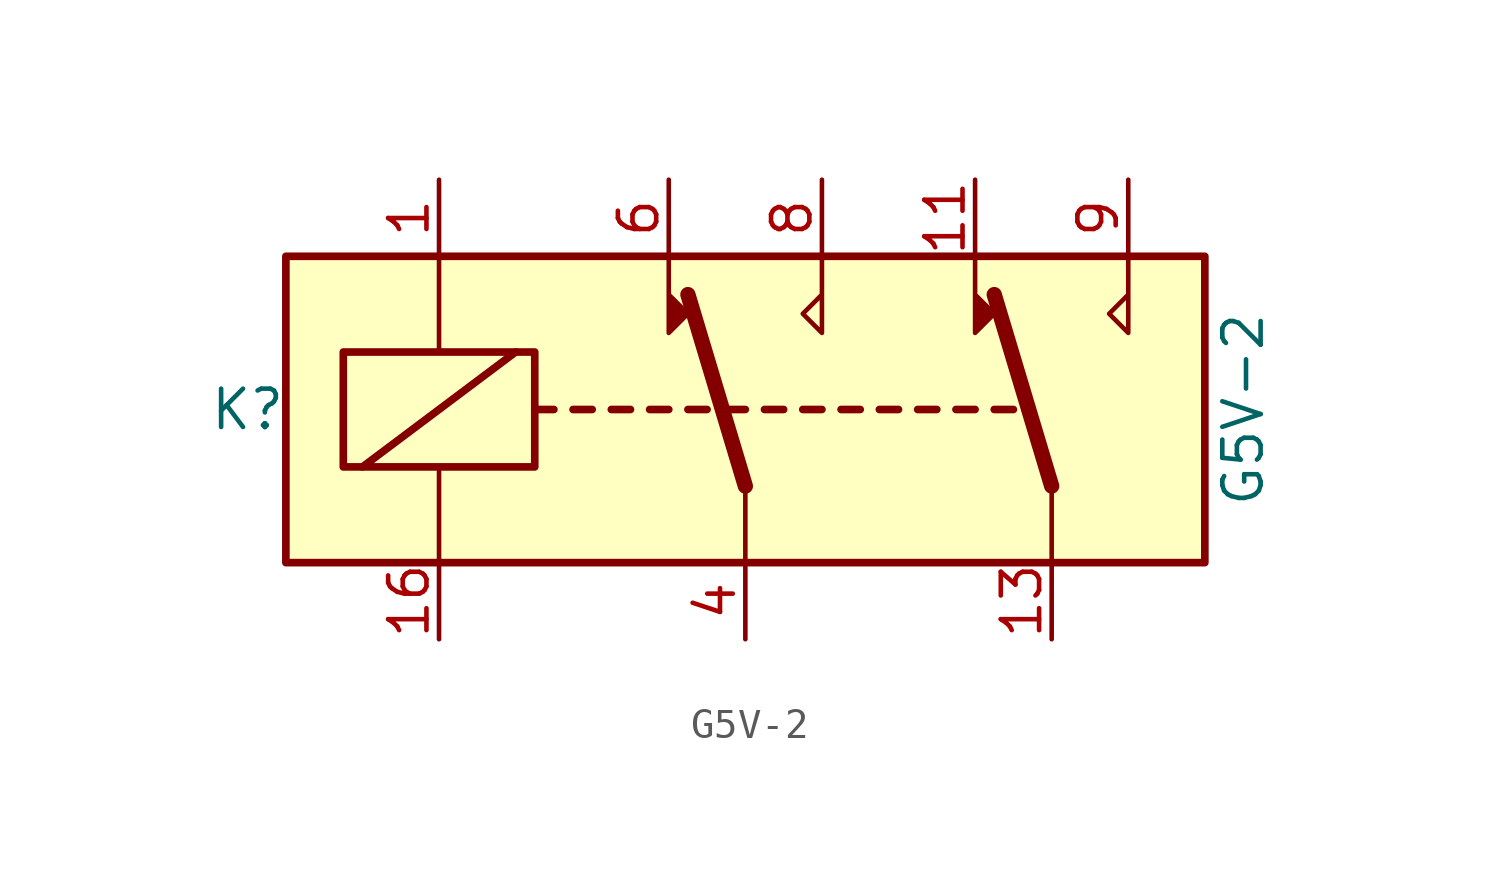
<source format=kicad_sym>
(kicad_symbol_lib
  (version 20220914)
  (generator kicad_symbol_editor)
  (symbol "G5V-2"
    (property "Reference" "K"
      (at -1.27 0 0)
      (effects (font (size 1.27 1.27))))
    (property "Value" "G5V-2"
      (at 31.75 0 90)
      (effects (font (size 1.27 1.27))))
    (symbol "G5V-2_0_1"
      (polyline (pts (xy 2.54 -1.905) (xy 7.62 1.905)) (stroke (width 0.254) (type default)) (fill (type none)))
      (polyline (pts (xy 5.08 -5.08) (xy 5.08 -1.905)) (stroke (width 0) (type default)) (fill (type none)))
      (polyline (pts (xy 5.08 5.08) (xy 5.08 1.905)) (stroke (width 0) (type default)) (fill (type none)))
      (polyline (pts (xy 8.255 0) (xy 8.89 0)) (stroke (width 0.254) (type default)) (fill (type none)))
      (polyline (pts (xy 9.525 0) (xy 10.16 0)) (stroke (width 0.254) (type default)) (fill (type none)))
      (polyline (pts (xy 10.795 0) (xy 11.43 0)) (stroke (width 0.254) (type default)) (fill (type none)))
      (polyline (pts (xy 12.065 0) (xy 12.7 0)) (stroke (width 0.254) (type default)) (fill (type none)))
      (polyline (pts (xy 13.335 0) (xy 13.97 0)) (stroke (width 0.254) (type default)) (fill (type none)))
      (polyline (pts (xy 14.605 0) (xy 15.24 0)) (stroke (width 0.254) (type default)) (fill (type none)))
      (polyline (pts (xy 15.24 -2.54) (xy 13.335 3.81)) (stroke (width 0.508) (type default)) (fill (type none)))
      (polyline (pts (xy 15.24 -2.54) (xy 15.24 -5.08)) (stroke (width 0) (type default)) (fill (type none)))
      (polyline (pts (xy 15.875 0) (xy 16.51 0)) (stroke (width 0.254) (type default)) (fill (type none)))
      (polyline (pts (xy 17.145 0) (xy 17.78 0)) (stroke (width 0.254) (type default)) (fill (type none)))
      (polyline (pts (xy 18.415 0) (xy 19.05 0)) (stroke (width 0.254) (type default)) (fill (type none)))
      (polyline (pts (xy 19.685 0) (xy 20.32 0)) (stroke (width 0.254) (type default)) (fill (type none)))
      (polyline (pts (xy 20.955 0) (xy 21.59 0)) (stroke (width 0.254) (type default)) (fill (type none)))
      (polyline (pts (xy 22.225 0) (xy 22.86 0)) (stroke (width 0.254) (type default)) (fill (type none)))
      (polyline (pts (xy 23.495 0) (xy 24.13 0)) (stroke (width 0.254) (type default)) (fill (type none)))
      (polyline (pts (xy 25.4 -2.54) (xy 23.495 3.81)) (stroke (width 0.508) (type default)) (fill (type none)))
      (polyline (pts (xy 25.4 -2.54) (xy 25.4 -5.08)) (stroke (width 0) (type default)) (fill (type none)))
      (polyline (pts (xy 12.7 5.08) (xy 12.7 2.54) (xy 13.335 3.175) (xy 12.7 3.81)) (stroke (width 0) (type default)) (fill (type outline)))
      (polyline (pts (xy 17.78 5.08) (xy 17.78 2.54) (xy 17.145 3.175) (xy 17.78 3.81)) (stroke (width 0) (type default)) (fill (type none)))
      (polyline (pts (xy 22.86 5.08) (xy 22.86 2.54) (xy 23.495 3.175) (xy 22.86 3.81)) (stroke (width 0) (type default)) (fill (type outline)))
      (polyline (pts (xy 27.94 5.08) (xy 27.94 2.54) (xy 27.305 3.175) (xy 27.94 3.81)) (stroke (width 0) (type default)) (fill (type none)))
      (rectangle (start 0 5.08) (end 30.48 -5.08) (stroke (width 0.254) (type default)) (fill (type background)))
      (rectangle (start 1.905 1.905) (end 8.255 -1.905) (stroke (width 0.254) (type default)) (fill (type none))))
    (symbol "G5V-2_1_1"
      (pin passive line (at 5.08 7.62 270) (length 2.54) (name "~" (effects (font (size 1.27 1.27)))) (number "1" (effects (font (size 1.27 1.27)))))
      (pin passive line (at 22.86 7.62 270) (length 2.54) (name "~" (effects (font (size 1.27 1.27)))) (number "11" (effects (font (size 1.27 1.27)))))
      (pin passive line (at 25.4 -7.62 90) (length 2.54) (name "~" (effects (font (size 1.27 1.27)))) (number "13" (effects (font (size 1.27 1.27)))))
      (pin passive line (at 5.08 -7.62 90) (length 2.54) (name "~" (effects (font (size 1.27 1.27)))) (number "16" (effects (font (size 1.27 1.27)))))
      (pin passive line (at 15.24 -7.62 90) (length 2.54) (name "~" (effects (font (size 1.27 1.27)))) (number "4" (effects (font (size 1.27 1.27)))))
      (pin passive line (at 12.7 7.62 270) (length 2.54) (name "~" (effects (font (size 1.27 1.27)))) (number "6" (effects (font (size 1.27 1.27)))))
      (pin passive line (at 17.78 7.62 270) (length 2.54) (name "~" (effects (font (size 1.27 1.27)))) (number "8" (effects (font (size 1.27 1.27)))))
      (pin passive line (at 27.94 7.62 270) (length 2.54) (name "~" (effects (font (size 1.27 1.27)))) (number "9" (effects (font (size 1.27 1.27))))))))
</source>
